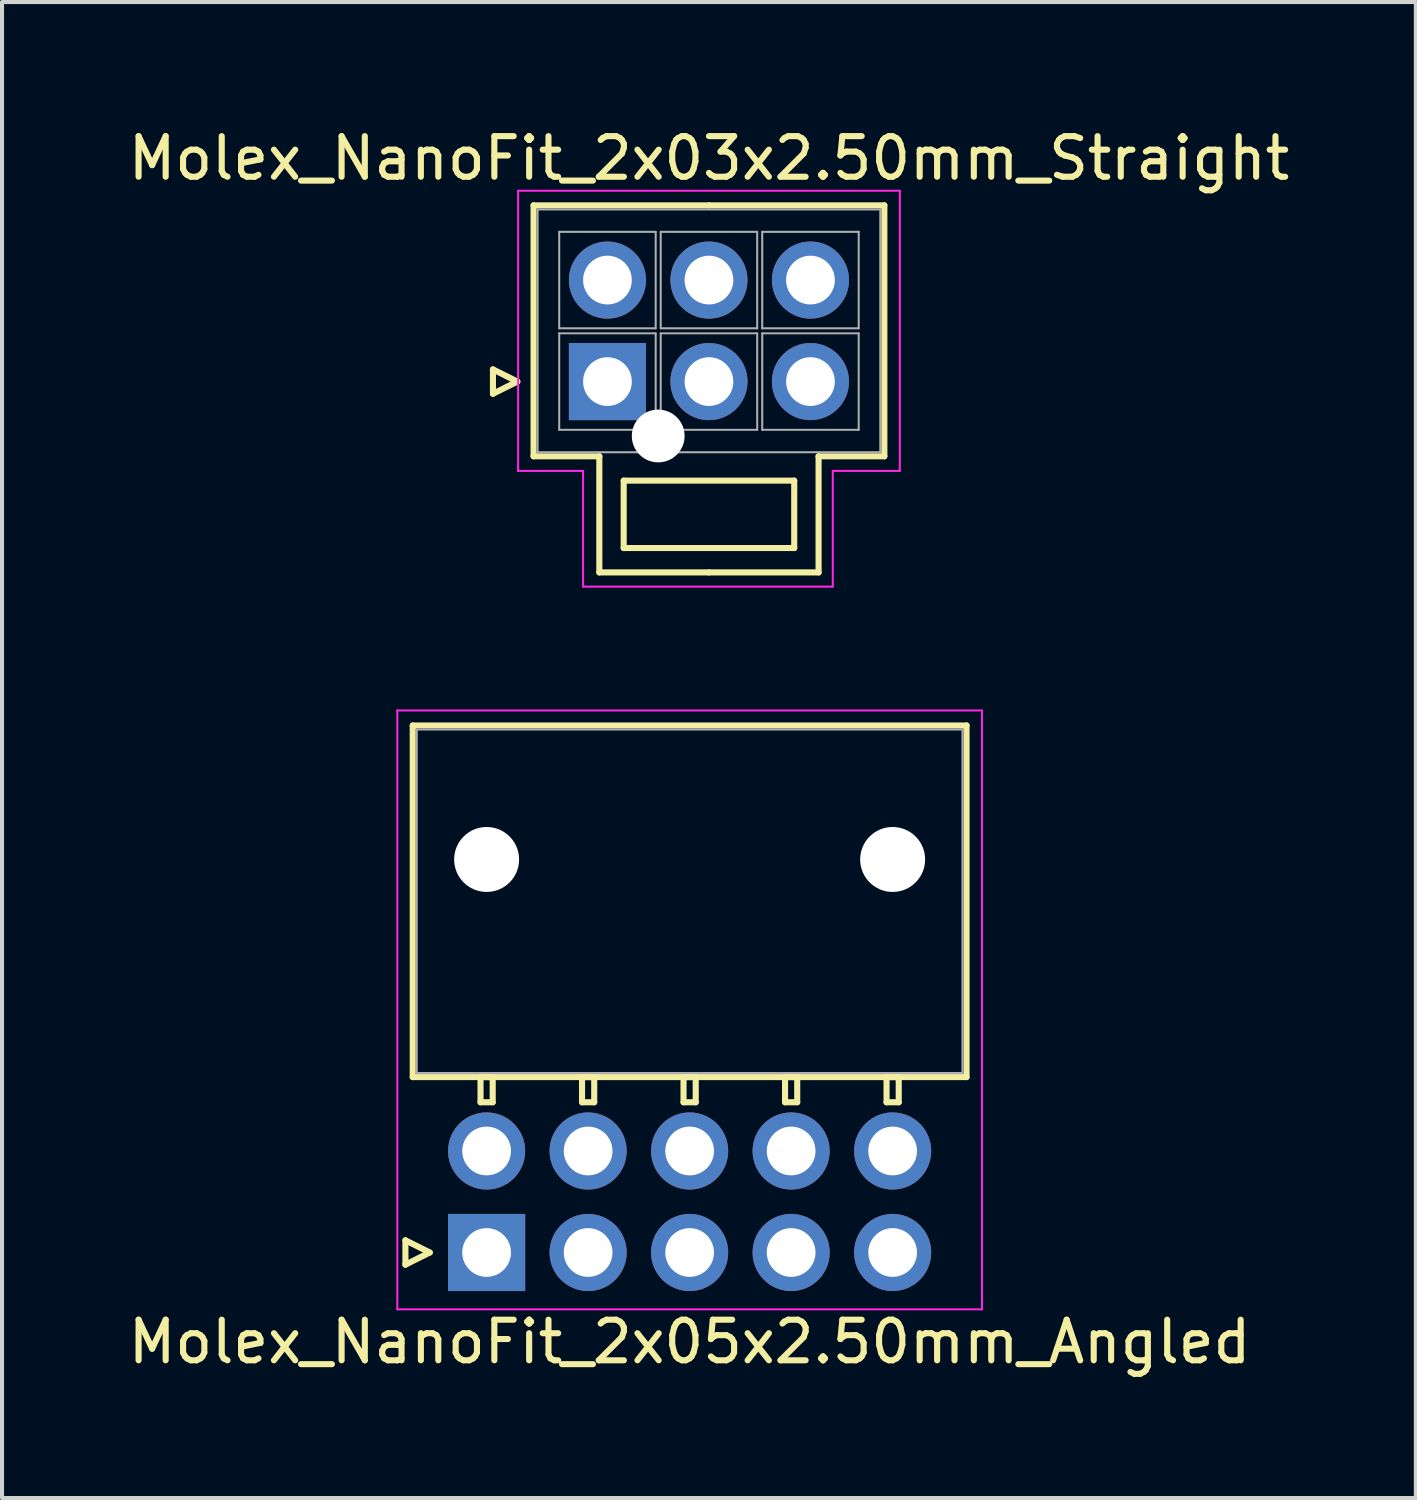
<source format=kicad_pcb>
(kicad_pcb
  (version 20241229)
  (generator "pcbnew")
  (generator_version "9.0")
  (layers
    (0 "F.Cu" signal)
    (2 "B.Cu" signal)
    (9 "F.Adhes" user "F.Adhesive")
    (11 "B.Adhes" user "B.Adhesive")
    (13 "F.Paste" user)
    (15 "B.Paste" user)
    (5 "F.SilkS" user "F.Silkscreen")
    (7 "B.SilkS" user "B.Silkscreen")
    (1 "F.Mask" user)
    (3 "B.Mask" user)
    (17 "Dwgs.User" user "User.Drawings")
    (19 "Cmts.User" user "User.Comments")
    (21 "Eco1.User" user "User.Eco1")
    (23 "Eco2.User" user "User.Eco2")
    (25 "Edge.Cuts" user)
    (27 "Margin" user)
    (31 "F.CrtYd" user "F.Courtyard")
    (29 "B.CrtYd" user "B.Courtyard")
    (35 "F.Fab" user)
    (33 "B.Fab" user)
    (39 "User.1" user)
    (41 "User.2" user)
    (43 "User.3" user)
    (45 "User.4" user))
  (footprint "Molex_NanoFit_2x03x2.50mm_Straight"
    (layer "F.Cu")
    (at 11.911 6.348)
    (property "Reference" "Molex_NanoFit_2x03x2.50mm_Straight" (at 2.5 -5.5 0) (layer "F.SilkS") (effects (font (size 1 1) (thickness 0.15))))
    (attr through_hole)
    (fp_line (start -2.82 -0.3) (end -2.22 0) (stroke (width 0.15) (type solid)) (layer "F.SilkS"))
    (fp_line (start -2.82 0.3) (end -2.82 -0.3) (stroke (width 0.15) (type solid)) (layer "F.SilkS"))
    (fp_line (start -2.22 0) (end -2.82 0.3) (stroke (width 0.15) (type solid)) (layer "F.SilkS"))
    (fp_line (start -1.82 -4.34) (end -1.82 1.84) (stroke (width 0.15) (type solid)) (layer "F.SilkS"))
    (fp_line (start -1.82 1.84) (end -0.2 1.84) (stroke (width 0.15) (type solid)) (layer "F.SilkS"))
    (fp_line (start -0.2 1.84) (end -0.2 4.7) (stroke (width 0.15) (type solid)) (layer "F.SilkS"))
    (fp_line (start -0.2 4.7) (end 2.5 4.7) (stroke (width 0.15) (type solid)) (layer "F.SilkS"))
    (fp_line (start 0.4 2.44) (end 0.4 4.1) (stroke (width 0.15) (type solid)) (layer "F.SilkS"))
    (fp_line (start 0.4 4.1) (end 4.6 4.1) (stroke (width 0.15) (type solid)) (layer "F.SilkS"))
    (fp_line (start 2.5 -4.34) (end -1.82 -4.34) (stroke (width 0.15) (type solid)) (layer "F.SilkS"))
    (fp_line (start 2.5 -4.34) (end 6.82 -4.34) (stroke (width 0.15) (type solid)) (layer "F.SilkS"))
    (fp_line (start 4.6 2.44) (end 0.4 2.44) (stroke (width 0.15) (type solid)) (layer "F.SilkS"))
    (fp_line (start 4.6 4.1) (end 4.6 2.44) (stroke (width 0.15) (type solid)) (layer "F.SilkS"))
    (fp_line (start 5.2 1.84) (end 5.2 4.7) (stroke (width 0.15) (type solid)) (layer "F.SilkS"))
    (fp_line (start 5.2 4.7) (end 2.5 4.7) (stroke (width 0.15) (type solid)) (layer "F.SilkS"))
    (fp_line (start 6.82 -4.34) (end 6.82 1.84) (stroke (width 0.15) (type solid)) (layer "F.SilkS"))
    (fp_line (start 6.82 1.84) (end 5.2 1.84) (stroke (width 0.15) (type solid)) (layer "F.SilkS"))
    (fp_line (start -2.2 -4.7) (end -2.2 2.2) (stroke (width 0.05) (type solid)) (layer "F.CrtYd"))
    (fp_line (start -2.2 2.2) (end -0.6 2.2) (stroke (width 0.05) (type solid)) (layer "F.CrtYd"))
    (fp_line (start -0.6 2.2) (end -0.6 5.05) (stroke (width 0.05) (type solid)) (layer "F.CrtYd"))
    (fp_line (start -0.6 5.05) (end 5.55 5.05) (stroke (width 0.05) (type solid)) (layer "F.CrtYd"))
    (fp_line (start 5.55 2.2) (end 7.2 2.2) (stroke (width 0.05) (type solid)) (layer "F.CrtYd"))
    (fp_line (start 5.55 5.05) (end 5.55 2.2) (stroke (width 0.05) (type solid)) (layer "F.CrtYd"))
    (fp_line (start 7.2 -4.7) (end -2.2 -4.7) (stroke (width 0.05) (type solid)) (layer "F.CrtYd"))
    (fp_line (start 7.2 2.2) (end 7.2 -4.7) (stroke (width 0.05) (type solid)) (layer "F.CrtYd"))
    (fp_line (start -1.72 -4.24) (end -1.72 1.74) (stroke (width 0.05) (type solid)) (layer "F.Fab"))
    (fp_line (start -1.72 1.74) (end 6.72 1.74) (stroke (width 0.05) (type solid)) (layer "F.Fab"))
    (fp_line (start -1.188 -3.688) (end -1.188 -1.312) (stroke (width 0.05) (type solid)) (layer "F.Fab"))
    (fp_line (start -1.188 -1.312) (end 1.188 -1.312) (stroke (width 0.05) (type solid)) (layer "F.Fab"))
    (fp_line (start -1.188 -1.188) (end -1.188 1.188) (stroke (width 0.05) (type solid)) (layer "F.Fab"))
    (fp_line (start -1.188 1.188) (end 1.188 1.188) (stroke (width 0.05) (type solid)) (layer "F.Fab"))
    (fp_line (start 1.188 -3.688) (end -1.188 -3.688) (stroke (width 0.05) (type solid)) (layer "F.Fab"))
    (fp_line (start 1.188 -1.312) (end 1.188 -3.688) (stroke (width 0.05) (type solid)) (layer "F.Fab"))
    (fp_line (start 1.188 -1.188) (end -1.188 -1.188) (stroke (width 0.05) (type solid)) (layer "F.Fab"))
    (fp_line (start 1.188 1.188) (end 1.188 -1.188) (stroke (width 0.05) (type solid)) (layer "F.Fab"))
    (fp_line (start 1.312 -3.688) (end 1.312 -1.312) (stroke (width 0.05) (type solid)) (layer "F.Fab"))
    (fp_line (start 1.312 -1.312) (end 3.688 -1.312) (stroke (width 0.05) (type solid)) (layer "F.Fab"))
    (fp_line (start 1.312 -1.188) (end 1.312 1.188) (stroke (width 0.05) (type solid)) (layer "F.Fab"))
    (fp_line (start 1.312 1.188) (end 3.688 1.188) (stroke (width 0.05) (type solid)) (layer "F.Fab"))
    (fp_line (start 3.688 -3.688) (end 1.312 -3.688) (stroke (width 0.05) (type solid)) (layer "F.Fab"))
    (fp_line (start 3.688 -1.312) (end 3.688 -3.688) (stroke (width 0.05) (type solid)) (layer "F.Fab"))
    (fp_line (start 3.688 -1.188) (end 1.312 -1.188) (stroke (width 0.05) (type solid)) (layer "F.Fab"))
    (fp_line (start 3.688 1.188) (end 3.688 -1.188) (stroke (width 0.05) (type solid)) (layer "F.Fab"))
    (fp_line (start 3.812 -3.688) (end 3.812 -1.312) (stroke (width 0.05) (type solid)) (layer "F.Fab"))
    (fp_line (start 3.812 -1.312) (end 6.188 -1.312) (stroke (width 0.05) (type solid)) (layer "F.Fab"))
    (fp_line (start 3.812 -1.188) (end 3.812 1.188) (stroke (width 0.05) (type solid)) (layer "F.Fab"))
    (fp_line (start 3.812 1.188) (end 6.188 1.188) (stroke (width 0.05) (type solid)) (layer "F.Fab"))
    (fp_line (start 6.188 -3.688) (end 3.812 -3.688) (stroke (width 0.05) (type solid)) (layer "F.Fab"))
    (fp_line (start 6.188 -1.312) (end 6.188 -3.688) (stroke (width 0.05) (type solid)) (layer "F.Fab"))
    (fp_line (start 6.188 -1.188) (end 3.812 -1.188) (stroke (width 0.05) (type solid)) (layer "F.Fab"))
    (fp_line (start 6.188 1.188) (end 6.188 -1.188) (stroke (width 0.05) (type solid)) (layer "F.Fab"))
    (fp_line (start 6.72 -4.24) (end -1.72 -4.24) (stroke (width 0.05) (type solid)) (layer "F.Fab"))
    (fp_line (start 6.72 1.74) (end 6.72 -4.24) (stroke (width 0.05) (type solid)) (layer "F.Fab"))
    (pad "" np_thru_hole circle (at 1.25 1.34) (size 1.3 1.3) (drill 1.3) (layers "*.Cu"))
    (pad "1" thru_hole rect (at 0 0) (size 1.9 1.9) (drill 1.2) (layers "*.Cu" "*.Mask"))
    (pad "2" thru_hole circle (at 2.5 0) (size 1.9 1.9) (drill 1.2) (layers "*.Cu" "*.Mask"))
    (pad "3" thru_hole circle (at 5 0) (size 1.9 1.9) (drill 1.2) (layers "*.Cu" "*.Mask"))
    (pad "4" thru_hole circle (at 0 -2.5) (size 1.9 1.9) (drill 1.2) (layers "*.Cu" "*.Mask"))
    (pad "5" thru_hole circle (at 2.5 -2.5) (size 1.9 1.9) (drill 1.2) (layers "*.Cu" "*.Mask"))
    (pad "6" thru_hole circle (at 5 -2.5) (size 1.9 1.9) (drill 1.2) (layers "*.Cu" "*.Mask")))
  (footprint "Molex_NanoFit_2x05x2.50mm_Angled"
    (layer "F.Cu")
    (at 8.935 27.798)
    (property "Reference" "Molex_NanoFit_2x05x2.50mm_Angled" (at 5 2.2 0) (layer "F.SilkS") (effects (font (size 1 1) (thickness 0.15))))
    (attr through_hole)
    (fp_line (start -2 -0.3) (end -1.4 0) (stroke (width 0.15) (type solid)) (layer "F.SilkS"))
    (fp_line (start -2 0.3) (end -2 -0.3) (stroke (width 0.15) (type solid)) (layer "F.SilkS"))
    (fp_line (start -1.82 -12.98) (end -1.82 -4.32) (stroke (width 0.15) (type solid)) (layer "F.SilkS"))
    (fp_line (start -1.82 -4.32) (end 11.82 -4.32) (stroke (width 0.15) (type solid)) (layer "F.SilkS"))
    (fp_line (start -1.4 0) (end -2 0.3) (stroke (width 0.15) (type solid)) (layer "F.SilkS"))
    (fp_line (start -0.15 -4.32) (end -0.15 -3.7) (stroke (width 0.15) (type solid)) (layer "F.SilkS"))
    (fp_line (start -0.15 -3.7) (end 0.15 -3.7) (stroke (width 0.15) (type solid)) (layer "F.SilkS"))
    (fp_line (start 0.15 -4.32) (end -0.15 -4.32) (stroke (width 0.15) (type solid)) (layer "F.SilkS"))
    (fp_line (start 0.15 -3.7) (end 0.15 -4.32) (stroke (width 0.15) (type solid)) (layer "F.SilkS"))
    (fp_line (start 2.35 -4.32) (end 2.35 -3.7) (stroke (width 0.15) (type solid)) (layer "F.SilkS"))
    (fp_line (start 2.35 -3.7) (end 2.65 -3.7) (stroke (width 0.15) (type solid)) (layer "F.SilkS"))
    (fp_line (start 2.65 -4.32) (end 2.35 -4.32) (stroke (width 0.15) (type solid)) (layer "F.SilkS"))
    (fp_line (start 2.65 -3.7) (end 2.65 -4.32) (stroke (width 0.15) (type solid)) (layer "F.SilkS"))
    (fp_line (start 4.85 -4.32) (end 4.85 -3.7) (stroke (width 0.15) (type solid)) (layer "F.SilkS"))
    (fp_line (start 4.85 -3.7) (end 5.15 -3.7) (stroke (width 0.15) (type solid)) (layer "F.SilkS"))
    (fp_line (start 5.15 -4.32) (end 4.85 -4.32) (stroke (width 0.15) (type solid)) (layer "F.SilkS"))
    (fp_line (start 5.15 -3.7) (end 5.15 -4.32) (stroke (width 0.15) (type solid)) (layer "F.SilkS"))
    (fp_line (start 7.35 -4.32) (end 7.35 -3.7) (stroke (width 0.15) (type solid)) (layer "F.SilkS"))
    (fp_line (start 7.35 -3.7) (end 7.65 -3.7) (stroke (width 0.15) (type solid)) (layer "F.SilkS"))
    (fp_line (start 7.65 -4.32) (end 7.35 -4.32) (stroke (width 0.15) (type solid)) (layer "F.SilkS"))
    (fp_line (start 7.65 -3.7) (end 7.65 -4.32) (stroke (width 0.15) (type solid)) (layer "F.SilkS"))
    (fp_line (start 9.85 -4.32) (end 9.85 -3.7) (stroke (width 0.15) (type solid)) (layer "F.SilkS"))
    (fp_line (start 9.85 -3.7) (end 10.15 -3.7) (stroke (width 0.15) (type solid)) (layer "F.SilkS"))
    (fp_line (start 10.15 -4.32) (end 9.85 -4.32) (stroke (width 0.15) (type solid)) (layer "F.SilkS"))
    (fp_line (start 10.15 -3.7) (end 10.15 -4.32) (stroke (width 0.15) (type solid)) (layer "F.SilkS"))
    (fp_line (start 11.82 -12.98) (end -1.82 -12.98) (stroke (width 0.15) (type solid)) (layer "F.SilkS"))
    (fp_line (start 11.82 -4.32) (end 11.82 -12.98) (stroke (width 0.15) (type solid)) (layer "F.SilkS"))
    (fp_line (start -2.2 -13.35) (end -2.2 1.4) (stroke (width 0.05) (type solid)) (layer "F.CrtYd"))
    (fp_line (start -2.2 1.4) (end 12.2 1.4) (stroke (width 0.05) (type solid)) (layer "F.CrtYd"))
    (fp_line (start 12.2 -13.35) (end -2.2 -13.35) (stroke (width 0.05) (type solid)) (layer "F.CrtYd"))
    (fp_line (start 12.2 1.4) (end 12.2 -13.35) (stroke (width 0.05) (type solid)) (layer "F.CrtYd"))
    (fp_line (start -1.72 -12.88) (end -1.72 -4.42) (stroke (width 0.05) (type solid)) (layer "F.Fab"))
    (fp_line (start -1.72 -4.42) (end 11.72 -4.42) (stroke (width 0.05) (type solid)) (layer "F.Fab"))
    (fp_line (start 11.72 -12.88) (end -1.72 -12.88) (stroke (width 0.05) (type solid)) (layer "F.Fab"))
    (fp_line (start 11.72 -4.42) (end 11.72 -12.88) (stroke (width 0.05) (type solid)) (layer "F.Fab"))
    (pad "" np_thru_hole circle (at 0 -9.68) (size 1.6 1.6) (drill 1.6) (layers "*.Cu"))
    (pad "" np_thru_hole circle (at 10 -9.68) (size 1.6 1.6) (drill 1.6) (layers "*.Cu"))
    (pad "1" thru_hole rect (at 0 0) (size 1.9 1.9) (drill 1.2) (layers "*.Cu" "*.Mask"))
    (pad "2" thru_hole circle (at 2.5 0) (size 1.9 1.9) (drill 1.2) (layers "*.Cu" "*.Mask"))
    (pad "3" thru_hole circle (at 5 0) (size 1.9 1.9) (drill 1.2) (layers "*.Cu" "*.Mask"))
    (pad "4" thru_hole circle (at 7.5 0) (size 1.9 1.9) (drill 1.2) (layers "*.Cu" "*.Mask"))
    (pad "5" thru_hole circle (at 10 0) (size 1.9 1.9) (drill 1.2) (layers "*.Cu" "*.Mask"))
    (pad "6" thru_hole circle (at 0 -2.5) (size 1.9 1.9) (drill 1.2) (layers "*.Cu" "*.Mask"))
    (pad "7" thru_hole circle (at 2.5 -2.5) (size 1.9 1.9) (drill 1.2) (layers "*.Cu" "*.Mask"))
    (pad "8" thru_hole circle (at 5 -2.5) (size 1.9 1.9) (drill 1.2) (layers "*.Cu" "*.Mask"))
    (pad "9" thru_hole circle (at 7.5 -2.5) (size 1.9 1.9) (drill 1.2) (layers "*.Cu" "*.Mask"))
    (pad "10" thru_hole circle (at 10 -2.5) (size 1.9 1.9) (drill 1.2) (layers "*.Cu" "*.Mask")))
  (gr_rect
    (start -3 -3)
    (end 31.821 33.846)
    (stroke (width 0.1) (type default))
    (fill no)
    (layer "Edge.Cuts")))
</source>
